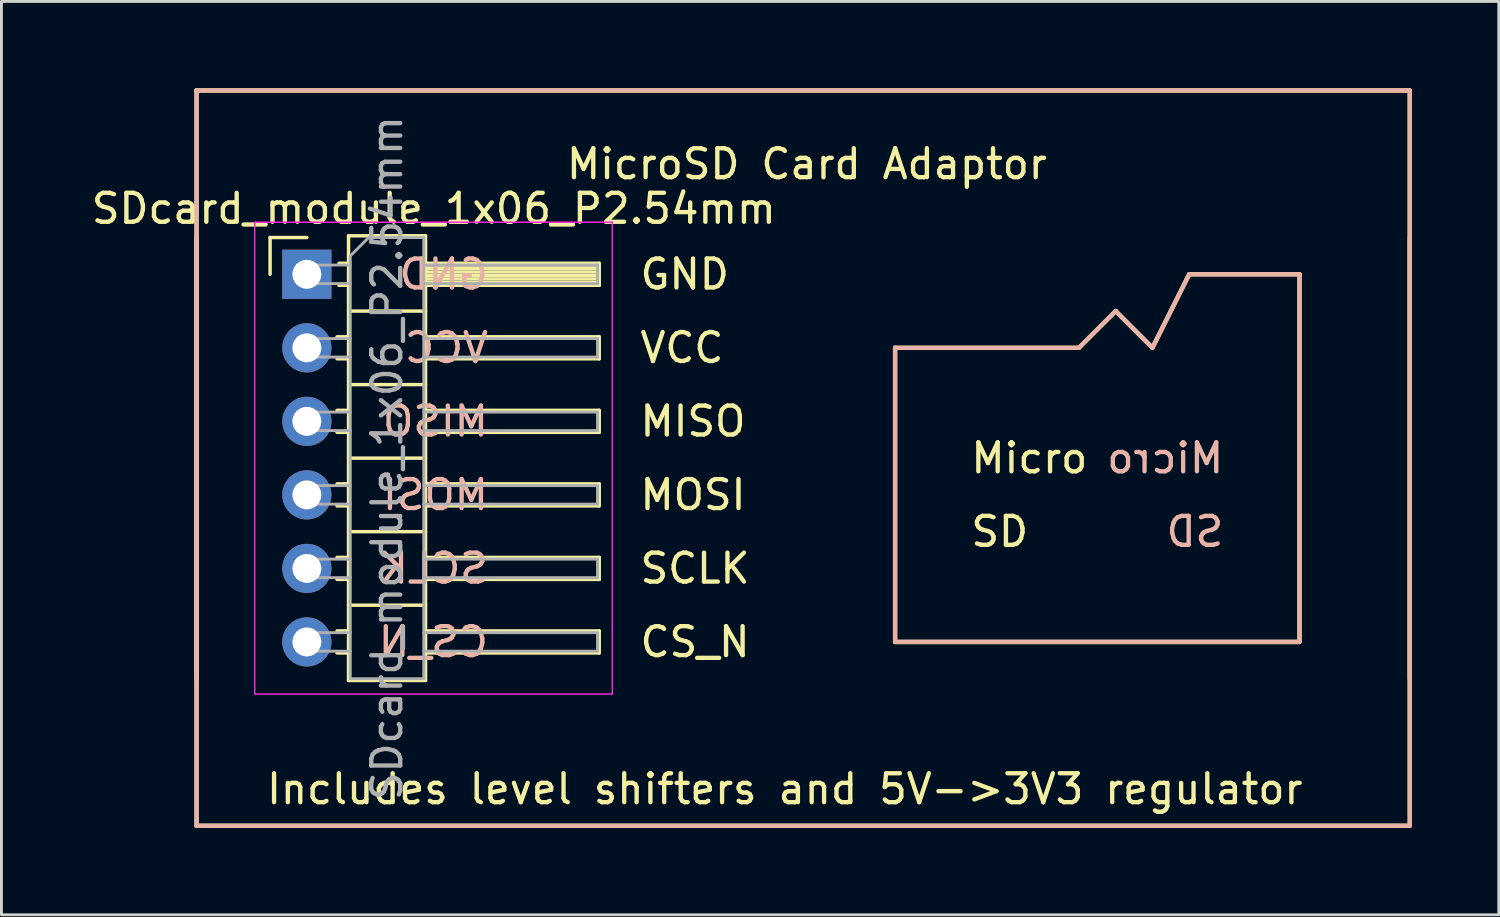
<source format=kicad_pcb>
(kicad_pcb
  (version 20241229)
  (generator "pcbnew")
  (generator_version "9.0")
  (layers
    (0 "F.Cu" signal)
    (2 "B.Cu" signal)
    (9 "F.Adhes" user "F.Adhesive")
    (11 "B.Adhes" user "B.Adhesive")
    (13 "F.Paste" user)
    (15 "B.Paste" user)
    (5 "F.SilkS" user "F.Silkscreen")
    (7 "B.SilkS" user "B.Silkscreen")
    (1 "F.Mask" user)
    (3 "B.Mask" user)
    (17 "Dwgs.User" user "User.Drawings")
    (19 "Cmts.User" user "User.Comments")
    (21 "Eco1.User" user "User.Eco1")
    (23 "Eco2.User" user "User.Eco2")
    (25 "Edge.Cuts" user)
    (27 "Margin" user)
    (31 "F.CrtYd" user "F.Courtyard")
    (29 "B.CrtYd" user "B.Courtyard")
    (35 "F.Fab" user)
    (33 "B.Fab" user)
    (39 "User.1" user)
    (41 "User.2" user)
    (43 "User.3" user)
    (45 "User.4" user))
  (footprint "SDcard_module_1x06_P2.54mm"
    (layer "F.Cu")
    (at 7.55 6.425)
    (property "Reference" "SDcard_module_1x06_P2.54mm" (at 4.385 -2.27 0) (layer "F.SilkS") (effects (font (size 1 1) (thickness 0.15))))
    (attr through_hole)
    (fp_line (start -3.81 -6.35) (end 38.1 -6.35) (stroke (width 0.15) (type solid)) (layer "F.SilkS"))
    (fp_line (start -3.81 -1.27) (end -3.81 13.97) (stroke (width 0.15) (type solid)) (layer "F.SilkS"))
    (fp_line (start -3.81 19.05) (end -3.81 -6.35) (stroke (width 0.15) (type solid)) (layer "F.SilkS"))
    (fp_line (start -1.27 -1.27) (end 0 -1.27) (stroke (width 0.12) (type solid)) (layer "F.SilkS"))
    (fp_line (start -1.27 0) (end -1.27 -1.27) (stroke (width 0.12) (type solid)) (layer "F.SilkS"))
    (fp_line (start 1.043 2.16) (end 1.44 2.16) (stroke (width 0.12) (type solid)) (layer "F.SilkS"))
    (fp_line (start 1.043 2.92) (end 1.44 2.92) (stroke (width 0.12) (type solid)) (layer "F.SilkS"))
    (fp_line (start 1.043 4.7) (end 1.44 4.7) (stroke (width 0.12) (type solid)) (layer "F.SilkS"))
    (fp_line (start 1.043 5.46) (end 1.44 5.46) (stroke (width 0.12) (type solid)) (layer "F.SilkS"))
    (fp_line (start 1.043 7.24) (end 1.44 7.24) (stroke (width 0.12) (type solid)) (layer "F.SilkS"))
    (fp_line (start 1.043 8) (end 1.44 8) (stroke (width 0.12) (type solid)) (layer "F.SilkS"))
    (fp_line (start 1.043 9.78) (end 1.44 9.78) (stroke (width 0.12) (type solid)) (layer "F.SilkS"))
    (fp_line (start 1.043 10.54) (end 1.44 10.54) (stroke (width 0.12) (type solid)) (layer "F.SilkS"))
    (fp_line (start 1.043 12.32) (end 1.44 12.32) (stroke (width 0.12) (type solid)) (layer "F.SilkS"))
    (fp_line (start 1.043 13.08) (end 1.44 13.08) (stroke (width 0.12) (type solid)) (layer "F.SilkS"))
    (fp_line (start 1.11 -0.38) (end 1.44 -0.38) (stroke (width 0.12) (type solid)) (layer "F.SilkS"))
    (fp_line (start 1.11 0.38) (end 1.44 0.38) (stroke (width 0.12) (type solid)) (layer "F.SilkS"))
    (fp_line (start 1.44 -1.33) (end 1.44 14.03) (stroke (width 0.12) (type solid)) (layer "F.SilkS"))
    (fp_line (start 1.44 1.27) (end 4.1 1.27) (stroke (width 0.12) (type solid)) (layer "F.SilkS"))
    (fp_line (start 1.44 3.81) (end 4.1 3.81) (stroke (width 0.12) (type solid)) (layer "F.SilkS"))
    (fp_line (start 1.44 6.35) (end 4.1 6.35) (stroke (width 0.12) (type solid)) (layer "F.SilkS"))
    (fp_line (start 1.44 8.89) (end 4.1 8.89) (stroke (width 0.12) (type solid)) (layer "F.SilkS"))
    (fp_line (start 1.44 11.43) (end 4.1 11.43) (stroke (width 0.12) (type solid)) (layer "F.SilkS"))
    (fp_line (start 1.44 14.03) (end 4.1 14.03) (stroke (width 0.12) (type solid)) (layer "F.SilkS"))
    (fp_line (start 4.1 -1.33) (end 1.44 -1.33) (stroke (width 0.12) (type solid)) (layer "F.SilkS"))
    (fp_line (start 4.1 -0.38) (end 10.1 -0.38) (stroke (width 0.12) (type solid)) (layer "F.SilkS"))
    (fp_line (start 4.1 -0.32) (end 10.1 -0.32) (stroke (width 0.12) (type solid)) (layer "F.SilkS"))
    (fp_line (start 4.1 -0.2) (end 10.1 -0.2) (stroke (width 0.12) (type solid)) (layer "F.SilkS"))
    (fp_line (start 4.1 -0.08) (end 10.1 -0.08) (stroke (width 0.12) (type solid)) (layer "F.SilkS"))
    (fp_line (start 4.1 0.04) (end 10.1 0.04) (stroke (width 0.12) (type solid)) (layer "F.SilkS"))
    (fp_line (start 4.1 0.16) (end 10.1 0.16) (stroke (width 0.12) (type solid)) (layer "F.SilkS"))
    (fp_line (start 4.1 0.28) (end 10.1 0.28) (stroke (width 0.12) (type solid)) (layer "F.SilkS"))
    (fp_line (start 4.1 2.16) (end 10.1 2.16) (stroke (width 0.12) (type solid)) (layer "F.SilkS"))
    (fp_line (start 4.1 4.7) (end 10.1 4.7) (stroke (width 0.12) (type solid)) (layer "F.SilkS"))
    (fp_line (start 4.1 7.24) (end 10.1 7.24) (stroke (width 0.12) (type solid)) (layer "F.SilkS"))
    (fp_line (start 4.1 9.78) (end 10.1 9.78) (stroke (width 0.12) (type solid)) (layer "F.SilkS"))
    (fp_line (start 4.1 12.32) (end 10.1 12.32) (stroke (width 0.12) (type solid)) (layer "F.SilkS"))
    (fp_line (start 4.1 14.03) (end 4.1 -1.33) (stroke (width 0.12) (type solid)) (layer "F.SilkS"))
    (fp_line (start 10.1 -0.38) (end 10.1 0.38) (stroke (width 0.12) (type solid)) (layer "F.SilkS"))
    (fp_line (start 10.1 0.38) (end 4.1 0.38) (stroke (width 0.12) (type solid)) (layer "F.SilkS"))
    (fp_line (start 10.1 2.16) (end 10.1 2.92) (stroke (width 0.12) (type solid)) (layer "F.SilkS"))
    (fp_line (start 10.1 2.92) (end 4.1 2.92) (stroke (width 0.12) (type solid)) (layer "F.SilkS"))
    (fp_line (start 10.1 4.7) (end 10.1 5.46) (stroke (width 0.12) (type solid)) (layer "F.SilkS"))
    (fp_line (start 10.1 5.46) (end 4.1 5.46) (stroke (width 0.12) (type solid)) (layer "F.SilkS"))
    (fp_line (start 10.1 7.24) (end 10.1 8) (stroke (width 0.12) (type solid)) (layer "F.SilkS"))
    (fp_line (start 10.1 8) (end 4.1 8) (stroke (width 0.12) (type solid)) (layer "F.SilkS"))
    (fp_line (start 10.1 9.78) (end 10.1 10.54) (stroke (width 0.12) (type solid)) (layer "F.SilkS"))
    (fp_line (start 10.1 10.54) (end 4.1 10.54) (stroke (width 0.12) (type solid)) (layer "F.SilkS"))
    (fp_line (start 10.1 12.32) (end 10.1 13.08) (stroke (width 0.12) (type solid)) (layer "F.SilkS"))
    (fp_line (start 10.1 13.08) (end 4.1 13.08) (stroke (width 0.12) (type solid)) (layer "F.SilkS"))
    (fp_line (start 20.32 2.54) (end 26.67 2.54) (stroke (width 0.15) (type solid)) (layer "F.SilkS"))
    (fp_line (start 20.32 12.7) (end 20.32 2.54) (stroke (width 0.15) (type solid)) (layer "F.SilkS"))
    (fp_line (start 26.67 2.54) (end 27.94 1.27) (stroke (width 0.15) (type solid)) (layer "F.SilkS"))
    (fp_line (start 27.94 1.27) (end 29.21 2.54) (stroke (width 0.15) (type solid)) (layer "F.SilkS"))
    (fp_line (start 29.21 2.54) (end 30.48 0) (stroke (width 0.15) (type solid)) (layer "F.SilkS"))
    (fp_line (start 30.48 0) (end 34.29 0) (stroke (width 0.15) (type solid)) (layer "F.SilkS"))
    (fp_line (start 34.29 0) (end 34.29 12.7) (stroke (width 0.15) (type solid)) (layer "F.SilkS"))
    (fp_line (start 34.29 12.7) (end 20.32 12.7) (stroke (width 0.15) (type solid)) (layer "F.SilkS"))
    (fp_line (start 38.1 -6.35) (end 38.1 19.05) (stroke (width 0.15) (type solid)) (layer "F.SilkS"))
    (fp_line (start 38.1 -1.27) (end 38.1 13.97) (stroke (width 0.15) (type solid)) (layer "F.SilkS"))
    (fp_line (start 38.1 19.05) (end -3.81 19.05) (stroke (width 0.15) (type solid)) (layer "F.SilkS"))
    (fp_line (start -3.81 -6.35) (end -3.81 19.05) (stroke (width 0.15) (type solid)) (layer "B.SilkS"))
    (fp_line (start -3.81 19.05) (end 38.1 19.05) (stroke (width 0.15) (type solid)) (layer "B.SilkS"))
    (fp_line (start 20.32 2.54) (end 26.67 2.54) (stroke (width 0.15) (type solid)) (layer "B.SilkS"))
    (fp_line (start 20.32 12.7) (end 20.32 2.54) (stroke (width 0.15) (type solid)) (layer "B.SilkS"))
    (fp_line (start 26.67 2.54) (end 27.94 1.27) (stroke (width 0.15) (type solid)) (layer "B.SilkS"))
    (fp_line (start 27.94 1.27) (end 29.21 2.54) (stroke (width 0.15) (type solid)) (layer "B.SilkS"))
    (fp_line (start 29.21 2.54) (end 30.48 0) (stroke (width 0.15) (type solid)) (layer "B.SilkS"))
    (fp_line (start 30.48 0) (end 34.29 0) (stroke (width 0.15) (type solid)) (layer "B.SilkS"))
    (fp_line (start 34.29 0) (end 34.29 12.7) (stroke (width 0.15) (type solid)) (layer "B.SilkS"))
    (fp_line (start 34.29 12.7) (end 20.32 12.7) (stroke (width 0.15) (type solid)) (layer "B.SilkS"))
    (fp_line (start 38.1 -6.35) (end -3.81 -6.35) (stroke (width 0.15) (type solid)) (layer "B.SilkS"))
    (fp_line (start 38.1 19.05) (end 38.1 -6.35) (stroke (width 0.15) (type solid)) (layer "B.SilkS"))
    (fp_line (start -1.8 -1.8) (end -1.8 14.5) (stroke (width 0.05) (type solid)) (layer "F.CrtYd"))
    (fp_line (start -1.8 14.5) (end 10.55 14.5) (stroke (width 0.05) (type solid)) (layer "F.CrtYd"))
    (fp_line (start 10.55 -1.8) (end -1.8 -1.8) (stroke (width 0.05) (type solid)) (layer "F.CrtYd"))
    (fp_line (start 10.55 14.5) (end 10.55 -1.8) (stroke (width 0.05) (type solid)) (layer "F.CrtYd"))
    (fp_line (start -0.32 -0.32) (end -0.32 0.32) (stroke (width 0.1) (type solid)) (layer "F.Fab"))
    (fp_line (start -0.32 -0.32) (end 1.5 -0.32) (stroke (width 0.1) (type solid)) (layer "F.Fab"))
    (fp_line (start -0.32 0.32) (end 1.5 0.32) (stroke (width 0.1) (type solid)) (layer "F.Fab"))
    (fp_line (start -0.32 2.22) (end -0.32 2.86) (stroke (width 0.1) (type solid)) (layer "F.Fab"))
    (fp_line (start -0.32 2.22) (end 1.5 2.22) (stroke (width 0.1) (type solid)) (layer "F.Fab"))
    (fp_line (start -0.32 2.86) (end 1.5 2.86) (stroke (width 0.1) (type solid)) (layer "F.Fab"))
    (fp_line (start -0.32 4.76) (end -0.32 5.4) (stroke (width 0.1) (type solid)) (layer "F.Fab"))
    (fp_line (start -0.32 4.76) (end 1.5 4.76) (stroke (width 0.1) (type solid)) (layer "F.Fab"))
    (fp_line (start -0.32 5.4) (end 1.5 5.4) (stroke (width 0.1) (type solid)) (layer "F.Fab"))
    (fp_line (start -0.32 7.3) (end -0.32 7.94) (stroke (width 0.1) (type solid)) (layer "F.Fab"))
    (fp_line (start -0.32 7.3) (end 1.5 7.3) (stroke (width 0.1) (type solid)) (layer "F.Fab"))
    (fp_line (start -0.32 7.94) (end 1.5 7.94) (stroke (width 0.1) (type solid)) (layer "F.Fab"))
    (fp_line (start -0.32 9.84) (end -0.32 10.48) (stroke (width 0.1) (type solid)) (layer "F.Fab"))
    (fp_line (start -0.32 9.84) (end 1.5 9.84) (stroke (width 0.1) (type solid)) (layer "F.Fab"))
    (fp_line (start -0.32 10.48) (end 1.5 10.48) (stroke (width 0.1) (type solid)) (layer "F.Fab"))
    (fp_line (start -0.32 12.38) (end -0.32 13.02) (stroke (width 0.1) (type solid)) (layer "F.Fab"))
    (fp_line (start -0.32 12.38) (end 1.5 12.38) (stroke (width 0.1) (type solid)) (layer "F.Fab"))
    (fp_line (start -0.32 13.02) (end 1.5 13.02) (stroke (width 0.1) (type solid)) (layer "F.Fab"))
    (fp_line (start 1.5 -0.635) (end 2.135 -1.27) (stroke (width 0.1) (type solid)) (layer "F.Fab"))
    (fp_line (start 1.5 13.97) (end 1.5 -0.635) (stroke (width 0.1) (type solid)) (layer "F.Fab"))
    (fp_line (start 2.135 -1.27) (end 4.04 -1.27) (stroke (width 0.1) (type solid)) (layer "F.Fab"))
    (fp_line (start 4.04 -1.27) (end 4.04 13.97) (stroke (width 0.1) (type solid)) (layer "F.Fab"))
    (fp_line (start 4.04 -0.32) (end 10.04 -0.32) (stroke (width 0.1) (type solid)) (layer "F.Fab"))
    (fp_line (start 4.04 0.32) (end 10.04 0.32) (stroke (width 0.1) (type solid)) (layer "F.Fab"))
    (fp_line (start 4.04 2.22) (end 10.04 2.22) (stroke (width 0.1) (type solid)) (layer "F.Fab"))
    (fp_line (start 4.04 2.86) (end 10.04 2.86) (stroke (width 0.1) (type solid)) (layer "F.Fab"))
    (fp_line (start 4.04 4.76) (end 10.04 4.76) (stroke (width 0.1) (type solid)) (layer "F.Fab"))
    (fp_line (start 4.04 5.4) (end 10.04 5.4) (stroke (width 0.1) (type solid)) (layer "F.Fab"))
    (fp_line (start 4.04 7.3) (end 10.04 7.3) (stroke (width 0.1) (type solid)) (layer "F.Fab"))
    (fp_line (start 4.04 7.94) (end 10.04 7.94) (stroke (width 0.1) (type solid)) (layer "F.Fab"))
    (fp_line (start 4.04 9.84) (end 10.04 9.84) (stroke (width 0.1) (type solid)) (layer "F.Fab"))
    (fp_line (start 4.04 10.48) (end 10.04 10.48) (stroke (width 0.1) (type solid)) (layer "F.Fab"))
    (fp_line (start 4.04 12.38) (end 10.04 12.38) (stroke (width 0.1) (type solid)) (layer "F.Fab"))
    (fp_line (start 4.04 13.02) (end 10.04 13.02) (stroke (width 0.1) (type solid)) (layer "F.Fab"))
    (fp_line (start 4.04 13.97) (end 1.5 13.97) (stroke (width 0.1) (type solid)) (layer "F.Fab"))
    (fp_line (start 10.04 -0.32) (end 10.04 0.32) (stroke (width 0.1) (type solid)) (layer "F.Fab"))
    (fp_line (start 10.04 2.22) (end 10.04 2.86) (stroke (width 0.1) (type solid)) (layer "F.Fab"))
    (fp_line (start 10.04 4.76) (end 10.04 5.4) (stroke (width 0.1) (type solid)) (layer "F.Fab"))
    (fp_line (start 10.04 7.3) (end 10.04 7.94) (stroke (width 0.1) (type solid)) (layer "F.Fab"))
    (fp_line (start 10.04 9.84) (end 10.04 10.48) (stroke (width 0.1) (type solid)) (layer "F.Fab"))
    (fp_line (start 10.04 12.38) (end 10.04 13.02) (stroke (width 0.1) (type solid)) (layer "F.Fab"))
    (fp_text user "MOSI" (at 11.43 7.62 0) (layer "F.SilkS") (effects (font (size 1 1) (thickness 0.15)) (justify left)))
    (fp_text user "SD" (at 22.86 8.89 0) (layer "F.SilkS") (effects (font (size 1 1) (thickness 0.15)) (justify left)))
    (fp_text user "Includes level shifters and 5V->3V3 regulator" (at 16.51 17.78 0) (layer "F.SilkS") (effects (font (size 1 1) (thickness 0.15))))
    (fp_text user "VCC" (at 11.43 2.54 0) (layer "F.SilkS") (effects (font (size 1 1) (thickness 0.15)) (justify left)))
    (fp_text user "MicroSD Card Adaptor" (at 8.89 -3.81 0) (layer "F.SilkS") (effects (font (size 1 1) (thickness 0.15)) (justify left)))
    (fp_text user "CS_N" (at 11.43 12.7 0) (layer "F.SilkS") (effects (font (size 1 1) (thickness 0.15)) (justify left)))
    (fp_text user "GND" (at 11.43 0 0) (layer "F.SilkS") (effects (font (size 1 1) (thickness 0.15)) (justify left)))
    (fp_text user "SCLK" (at 11.43 10.16 0) (layer "F.SilkS") (effects (font (size 1 1) (thickness 0.15)) (justify left)))
    (fp_text user "Micro" (at 22.86 6.35 0) (layer "F.SilkS") (effects (font (size 1 1) (thickness 0.15)) (justify left)))
    (fp_text user "MISO" (at 11.43 5.08 0) (layer "F.SilkS") (effects (font (size 1 1) (thickness 0.15)) (justify left)))
    (fp_text user "MISO" (at 6.35 5.08 0) (layer "B.SilkS") (effects (font (size 1 1) (thickness 0.15)) (justify left mirror)))
    (fp_text user "MOSI" (at 6.35 7.62 0) (layer "B.SilkS") (effects (font (size 1 1) (thickness 0.15)) (justify left mirror)))
    (fp_text user "VCC" (at 6.35 2.54 0) (layer "B.SilkS") (effects (font (size 1 1) (thickness 0.15)) (justify left mirror)))
    (fp_text user "CS_N" (at 6.35 12.7 0) (layer "B.SilkS") (effects (font (size 1 1) (thickness 0.15)) (justify left mirror)))
    (fp_text user "SD" (at 31.75 8.89 0) (layer "B.SilkS") (effects (font (size 1 1) (thickness 0.15)) (justify left mirror)))
    (fp_text user "GND" (at 6.35 0 0) (layer "B.SilkS") (effects (font (size 1 1) (thickness 0.15)) (justify left mirror)))
    (fp_text user "Micro" (at 31.75 6.35 0) (layer "B.SilkS") (effects (font (size 1 1) (thickness 0.15)) (justify left mirror)))
    (fp_text user "SCLK" (at 6.35 10.16 0) (layer "B.SilkS") (effects (font (size 1 1) (thickness 0.15)) (justify left mirror)))
    (fp_text user "${REFERENCE}" (at 2.77 6.35 90) (layer "F.Fab") (effects (font (size 1 1) (thickness 0.15))))
    (pad "1" thru_hole rect (at 0 0) (size 1.7 1.7) (drill 1) (layers "*.Cu" "*.Mask"))
    (pad "2" thru_hole oval (at 0 2.54) (size 1.7 1.7) (drill 1) (layers "*.Cu" "*.Mask"))
    (pad "3" thru_hole oval (at 0 5.08) (size 1.7 1.7) (drill 1) (layers "*.Cu" "*.Mask"))
    (pad "4" thru_hole oval (at 0 7.62) (size 1.7 1.7) (drill 1) (layers "*.Cu" "*.Mask"))
    (pad "5" thru_hole oval (at 0 10.16) (size 1.7 1.7) (drill 1) (layers "*.Cu" "*.Mask"))
    (pad "6" thru_hole oval (at 0 12.7) (size 1.7 1.7) (drill 1) (layers "*.Cu" "*.Mask")))
  (gr_rect
    (start -3 -3)
    (end 48.725 28.55)
    (stroke (width 0.1) (type default))
    (fill no)
    (layer "Edge.Cuts")))
</source>
